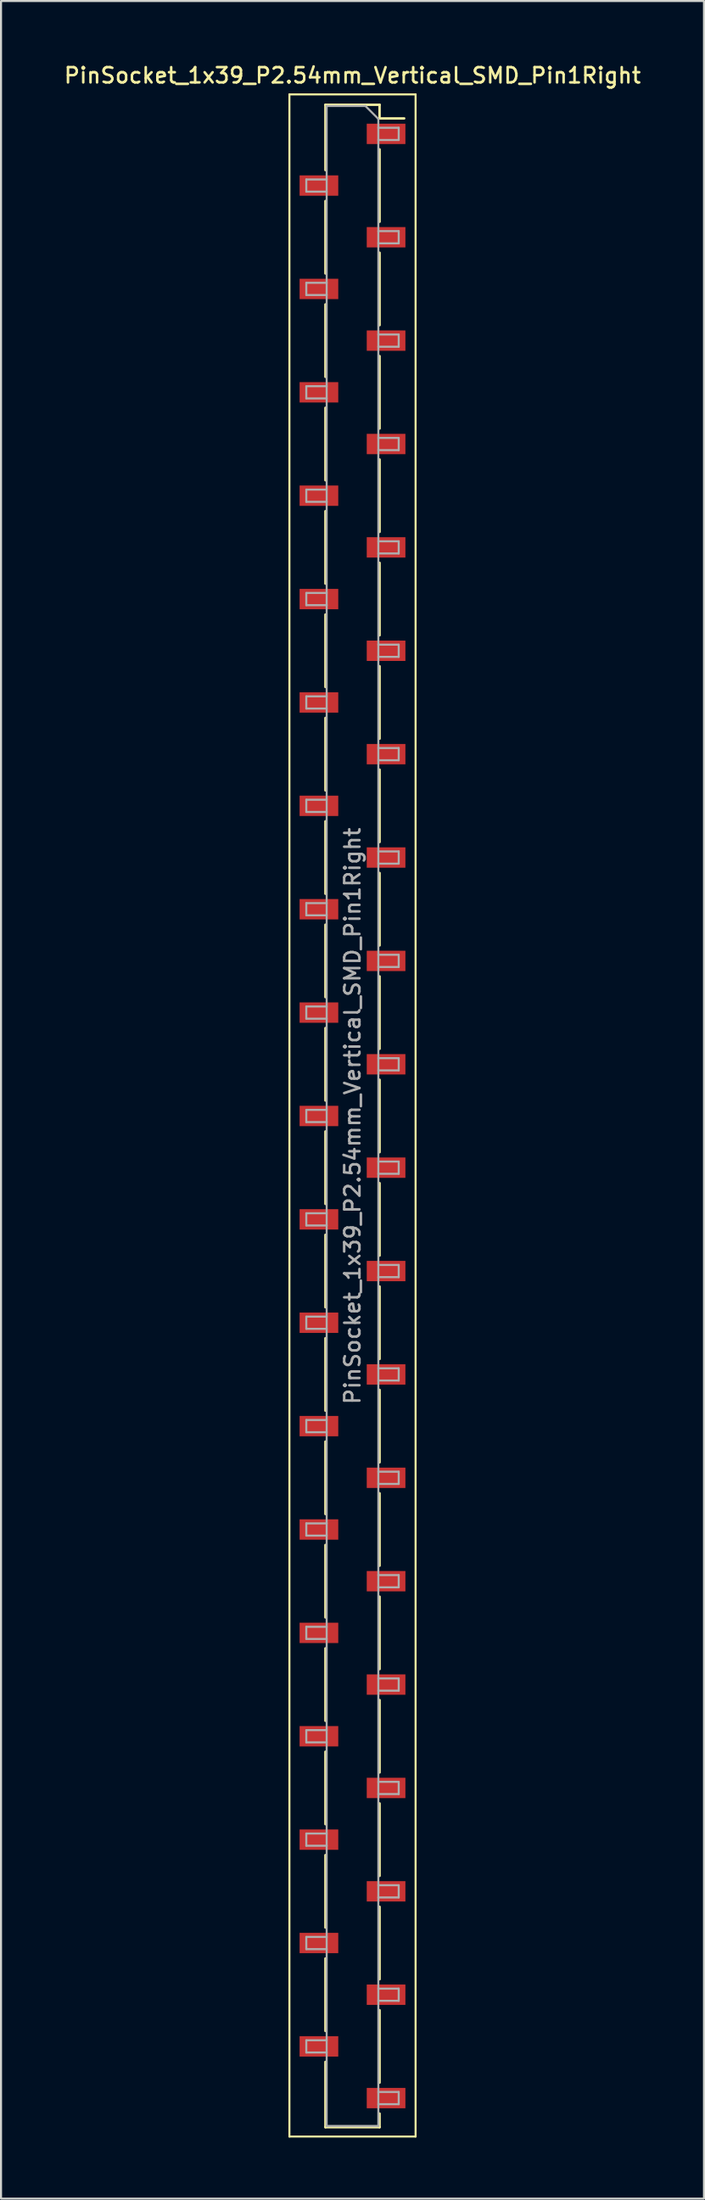
<source format=kicad_pcb>
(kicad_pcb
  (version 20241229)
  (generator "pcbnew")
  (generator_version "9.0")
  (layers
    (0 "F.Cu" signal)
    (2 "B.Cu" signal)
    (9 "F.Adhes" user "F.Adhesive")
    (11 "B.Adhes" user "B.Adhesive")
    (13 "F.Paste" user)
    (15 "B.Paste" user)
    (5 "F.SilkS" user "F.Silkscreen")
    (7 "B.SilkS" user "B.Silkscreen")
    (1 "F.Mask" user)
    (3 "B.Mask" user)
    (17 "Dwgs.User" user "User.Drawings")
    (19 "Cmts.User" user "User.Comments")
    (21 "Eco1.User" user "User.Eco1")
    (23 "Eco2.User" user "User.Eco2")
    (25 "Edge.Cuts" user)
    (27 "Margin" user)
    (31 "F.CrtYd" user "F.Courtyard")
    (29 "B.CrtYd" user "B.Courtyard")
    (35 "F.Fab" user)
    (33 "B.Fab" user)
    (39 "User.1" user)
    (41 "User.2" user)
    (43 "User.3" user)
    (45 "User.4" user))
  (footprint "PinSocket_1x39_P2.54mm_Vertical_SMD_Pin1Right"
    (layer "F.Cu")
    (at 14.273 51.788)
    (property "Reference" "PinSocket_1x39_P2.54mm_Vertical_SMD_Pin1Right" (at 0 -51.13 0) (layer "F.SilkS") (effects (font (size 0.75 0.75) (thickness 0.125))))
    (attr smd)
    (fp_line (start -3.1 -50.2) (end 3.1 -50.2) (stroke (width 0.1) (type solid)) (layer "F.SilkS"))
    (fp_line (start -3.1 50.15) (end -3.1 -50.2) (stroke (width 0.1) (type solid)) (layer "F.SilkS"))
    (fp_line (start -1.33 -49.69) (end -1.33 -46.48) (stroke (width 0.12) (type solid)) (layer "F.SilkS"))
    (fp_line (start -1.33 -49.69) (end 1.33 -49.69) (stroke (width 0.12) (type solid)) (layer "F.SilkS"))
    (fp_line (start -1.33 -44.96) (end -1.33 -41.4) (stroke (width 0.12) (type solid)) (layer "F.SilkS"))
    (fp_line (start -1.33 -39.88) (end -1.33 -36.32) (stroke (width 0.12) (type solid)) (layer "F.SilkS"))
    (fp_line (start -1.33 -34.8) (end -1.33 -31.24) (stroke (width 0.12) (type solid)) (layer "F.SilkS"))
    (fp_line (start -1.33 -29.72) (end -1.33 -26.16) (stroke (width 0.12) (type solid)) (layer "F.SilkS"))
    (fp_line (start -1.33 -24.64) (end -1.33 -21.08) (stroke (width 0.12) (type solid)) (layer "F.SilkS"))
    (fp_line (start -1.33 -19.56) (end -1.33 -16) (stroke (width 0.12) (type solid)) (layer "F.SilkS"))
    (fp_line (start -1.33 -14.48) (end -1.33 -10.92) (stroke (width 0.12) (type solid)) (layer "F.SilkS"))
    (fp_line (start -1.33 -9.4) (end -1.33 -5.84) (stroke (width 0.12) (type solid)) (layer "F.SilkS"))
    (fp_line (start -1.33 -4.32) (end -1.33 -0.76) (stroke (width 0.12) (type solid)) (layer "F.SilkS"))
    (fp_line (start -1.33 0.76) (end -1.33 4.32) (stroke (width 0.12) (type solid)) (layer "F.SilkS"))
    (fp_line (start -1.33 5.84) (end -1.33 9.4) (stroke (width 0.12) (type solid)) (layer "F.SilkS"))
    (fp_line (start -1.33 10.92) (end -1.33 14.48) (stroke (width 0.12) (type solid)) (layer "F.SilkS"))
    (fp_line (start -1.33 16) (end -1.33 19.56) (stroke (width 0.12) (type solid)) (layer "F.SilkS"))
    (fp_line (start -1.33 21.08) (end -1.33 24.64) (stroke (width 0.12) (type solid)) (layer "F.SilkS"))
    (fp_line (start -1.33 26.16) (end -1.33 29.72) (stroke (width 0.12) (type solid)) (layer "F.SilkS"))
    (fp_line (start -1.33 31.24) (end -1.33 34.8) (stroke (width 0.12) (type solid)) (layer "F.SilkS"))
    (fp_line (start -1.33 36.32) (end -1.33 39.88) (stroke (width 0.12) (type solid)) (layer "F.SilkS"))
    (fp_line (start -1.33 41.4) (end -1.33 44.96) (stroke (width 0.12) (type solid)) (layer "F.SilkS"))
    (fp_line (start -1.33 46.48) (end -1.33 49.69) (stroke (width 0.12) (type solid)) (layer "F.SilkS"))
    (fp_line (start -1.33 49.69) (end 1.33 49.69) (stroke (width 0.12) (type solid)) (layer "F.SilkS"))
    (fp_line (start 1.33 -49.69) (end 1.33 -49.02) (stroke (width 0.12) (type solid)) (layer "F.SilkS"))
    (fp_line (start 1.33 -49.02) (end 2.54 -49.02) (stroke (width 0.12) (type solid)) (layer "F.SilkS"))
    (fp_line (start 1.33 -47.5) (end 1.33 -43.94) (stroke (width 0.12) (type solid)) (layer "F.SilkS"))
    (fp_line (start 1.33 -42.42) (end 1.33 -38.86) (stroke (width 0.12) (type solid)) (layer "F.SilkS"))
    (fp_line (start 1.33 -37.34) (end 1.33 -33.78) (stroke (width 0.12) (type solid)) (layer "F.SilkS"))
    (fp_line (start 1.33 -32.26) (end 1.33 -28.7) (stroke (width 0.12) (type solid)) (layer "F.SilkS"))
    (fp_line (start 1.33 -27.18) (end 1.33 -23.62) (stroke (width 0.12) (type solid)) (layer "F.SilkS"))
    (fp_line (start 1.33 -22.1) (end 1.33 -18.54) (stroke (width 0.12) (type solid)) (layer "F.SilkS"))
    (fp_line (start 1.33 -17.02) (end 1.33 -13.46) (stroke (width 0.12) (type solid)) (layer "F.SilkS"))
    (fp_line (start 1.33 -11.94) (end 1.33 -8.38) (stroke (width 0.12) (type solid)) (layer "F.SilkS"))
    (fp_line (start 1.33 -6.86) (end 1.33 -3.3) (stroke (width 0.12) (type solid)) (layer "F.SilkS"))
    (fp_line (start 1.33 -1.78) (end 1.33 1.78) (stroke (width 0.12) (type solid)) (layer "F.SilkS"))
    (fp_line (start 1.33 3.3) (end 1.33 6.86) (stroke (width 0.12) (type solid)) (layer "F.SilkS"))
    (fp_line (start 1.33 8.38) (end 1.33 11.94) (stroke (width 0.12) (type solid)) (layer "F.SilkS"))
    (fp_line (start 1.33 13.46) (end 1.33 17.02) (stroke (width 0.12) (type solid)) (layer "F.SilkS"))
    (fp_line (start 1.33 18.54) (end 1.33 22.1) (stroke (width 0.12) (type solid)) (layer "F.SilkS"))
    (fp_line (start 1.33 23.62) (end 1.33 27.18) (stroke (width 0.12) (type solid)) (layer "F.SilkS"))
    (fp_line (start 1.33 28.7) (end 1.33 32.26) (stroke (width 0.12) (type solid)) (layer "F.SilkS"))
    (fp_line (start 1.33 33.78) (end 1.33 37.34) (stroke (width 0.12) (type solid)) (layer "F.SilkS"))
    (fp_line (start 1.33 38.86) (end 1.33 42.42) (stroke (width 0.12) (type solid)) (layer "F.SilkS"))
    (fp_line (start 1.33 43.94) (end 1.33 47.5) (stroke (width 0.12) (type solid)) (layer "F.SilkS"))
    (fp_line (start 1.33 49.02) (end 1.33 49.69) (stroke (width 0.12) (type solid)) (layer "F.SilkS"))
    (fp_line (start 3.1 -50.2) (end 3.1 50.15) (stroke (width 0.1) (type solid)) (layer "F.SilkS"))
    (fp_line (start 3.1 50.15) (end -3.1 50.15) (stroke (width 0.1) (type solid)) (layer "F.SilkS"))
    (fp_line (start -2.27 -46.02) (end -1.27 -46.02) (stroke (width 0.1) (type solid)) (layer "F.Fab"))
    (fp_line (start -2.27 -45.42) (end -2.27 -46.02) (stroke (width 0.1) (type solid)) (layer "F.Fab"))
    (fp_line (start -2.27 -40.94) (end -1.27 -40.94) (stroke (width 0.1) (type solid)) (layer "F.Fab"))
    (fp_line (start -2.27 -40.34) (end -2.27 -40.94) (stroke (width 0.1) (type solid)) (layer "F.Fab"))
    (fp_line (start -2.27 -35.86) (end -1.27 -35.86) (stroke (width 0.1) (type solid)) (layer "F.Fab"))
    (fp_line (start -2.27 -35.26) (end -2.27 -35.86) (stroke (width 0.1) (type solid)) (layer "F.Fab"))
    (fp_line (start -2.27 -30.78) (end -1.27 -30.78) (stroke (width 0.1) (type solid)) (layer "F.Fab"))
    (fp_line (start -2.27 -30.18) (end -2.27 -30.78) (stroke (width 0.1) (type solid)) (layer "F.Fab"))
    (fp_line (start -2.27 -25.7) (end -1.27 -25.7) (stroke (width 0.1) (type solid)) (layer "F.Fab"))
    (fp_line (start -2.27 -25.1) (end -2.27 -25.7) (stroke (width 0.1) (type solid)) (layer "F.Fab"))
    (fp_line (start -2.27 -20.62) (end -1.27 -20.62) (stroke (width 0.1) (type solid)) (layer "F.Fab"))
    (fp_line (start -2.27 -20.02) (end -2.27 -20.62) (stroke (width 0.1) (type solid)) (layer "F.Fab"))
    (fp_line (start -2.27 -15.54) (end -1.27 -15.54) (stroke (width 0.1) (type solid)) (layer "F.Fab"))
    (fp_line (start -2.27 -14.94) (end -2.27 -15.54) (stroke (width 0.1) (type solid)) (layer "F.Fab"))
    (fp_line (start -2.27 -10.46) (end -1.27 -10.46) (stroke (width 0.1) (type solid)) (layer "F.Fab"))
    (fp_line (start -2.27 -9.86) (end -2.27 -10.46) (stroke (width 0.1) (type solid)) (layer "F.Fab"))
    (fp_line (start -2.27 -5.38) (end -1.27 -5.38) (stroke (width 0.1) (type solid)) (layer "F.Fab"))
    (fp_line (start -2.27 -4.78) (end -2.27 -5.38) (stroke (width 0.1) (type solid)) (layer "F.Fab"))
    (fp_line (start -2.27 -0.3) (end -1.27 -0.3) (stroke (width 0.1) (type solid)) (layer "F.Fab"))
    (fp_line (start -2.27 0.3) (end -2.27 -0.3) (stroke (width 0.1) (type solid)) (layer "F.Fab"))
    (fp_line (start -2.27 4.78) (end -1.27 4.78) (stroke (width 0.1) (type solid)) (layer "F.Fab"))
    (fp_line (start -2.27 5.38) (end -2.27 4.78) (stroke (width 0.1) (type solid)) (layer "F.Fab"))
    (fp_line (start -2.27 9.86) (end -1.27 9.86) (stroke (width 0.1) (type solid)) (layer "F.Fab"))
    (fp_line (start -2.27 10.46) (end -2.27 9.86) (stroke (width 0.1) (type solid)) (layer "F.Fab"))
    (fp_line (start -2.27 14.94) (end -1.27 14.94) (stroke (width 0.1) (type solid)) (layer "F.Fab"))
    (fp_line (start -2.27 15.54) (end -2.27 14.94) (stroke (width 0.1) (type solid)) (layer "F.Fab"))
    (fp_line (start -2.27 20.02) (end -1.27 20.02) (stroke (width 0.1) (type solid)) (layer "F.Fab"))
    (fp_line (start -2.27 20.62) (end -2.27 20.02) (stroke (width 0.1) (type solid)) (layer "F.Fab"))
    (fp_line (start -2.27 25.1) (end -1.27 25.1) (stroke (width 0.1) (type solid)) (layer "F.Fab"))
    (fp_line (start -2.27 25.7) (end -2.27 25.1) (stroke (width 0.1) (type solid)) (layer "F.Fab"))
    (fp_line (start -2.27 30.18) (end -1.27 30.18) (stroke (width 0.1) (type solid)) (layer "F.Fab"))
    (fp_line (start -2.27 30.78) (end -2.27 30.18) (stroke (width 0.1) (type solid)) (layer "F.Fab"))
    (fp_line (start -2.27 35.26) (end -1.27 35.26) (stroke (width 0.1) (type solid)) (layer "F.Fab"))
    (fp_line (start -2.27 35.86) (end -2.27 35.26) (stroke (width 0.1) (type solid)) (layer "F.Fab"))
    (fp_line (start -2.27 40.34) (end -1.27 40.34) (stroke (width 0.1) (type solid)) (layer "F.Fab"))
    (fp_line (start -2.27 40.94) (end -2.27 40.34) (stroke (width 0.1) (type solid)) (layer "F.Fab"))
    (fp_line (start -2.27 45.42) (end -1.27 45.42) (stroke (width 0.1) (type solid)) (layer "F.Fab"))
    (fp_line (start -2.27 46.02) (end -2.27 45.42) (stroke (width 0.1) (type solid)) (layer "F.Fab"))
    (fp_line (start -1.27 -49.63) (end 0.635 -49.63) (stroke (width 0.1) (type solid)) (layer "F.Fab"))
    (fp_line (start -1.27 -45.42) (end -2.27 -45.42) (stroke (width 0.1) (type solid)) (layer "F.Fab"))
    (fp_line (start -1.27 -40.34) (end -2.27 -40.34) (stroke (width 0.1) (type solid)) (layer "F.Fab"))
    (fp_line (start -1.27 -35.26) (end -2.27 -35.26) (stroke (width 0.1) (type solid)) (layer "F.Fab"))
    (fp_line (start -1.27 -30.18) (end -2.27 -30.18) (stroke (width 0.1) (type solid)) (layer "F.Fab"))
    (fp_line (start -1.27 -25.1) (end -2.27 -25.1) (stroke (width 0.1) (type solid)) (layer "F.Fab"))
    (fp_line (start -1.27 -20.02) (end -2.27 -20.02) (stroke (width 0.1) (type solid)) (layer "F.Fab"))
    (fp_line (start -1.27 -14.94) (end -2.27 -14.94) (stroke (width 0.1) (type solid)) (layer "F.Fab"))
    (fp_line (start -1.27 -9.86) (end -2.27 -9.86) (stroke (width 0.1) (type solid)) (layer "F.Fab"))
    (fp_line (start -1.27 -4.78) (end -2.27 -4.78) (stroke (width 0.1) (type solid)) (layer "F.Fab"))
    (fp_line (start -1.27 0.3) (end -2.27 0.3) (stroke (width 0.1) (type solid)) (layer "F.Fab"))
    (fp_line (start -1.27 5.38) (end -2.27 5.38) (stroke (width 0.1) (type solid)) (layer "F.Fab"))
    (fp_line (start -1.27 10.46) (end -2.27 10.46) (stroke (width 0.1) (type solid)) (layer "F.Fab"))
    (fp_line (start -1.27 15.54) (end -2.27 15.54) (stroke (width 0.1) (type solid)) (layer "F.Fab"))
    (fp_line (start -1.27 20.62) (end -2.27 20.62) (stroke (width 0.1) (type solid)) (layer "F.Fab"))
    (fp_line (start -1.27 25.7) (end -2.27 25.7) (stroke (width 0.1) (type solid)) (layer "F.Fab"))
    (fp_line (start -1.27 30.78) (end -2.27 30.78) (stroke (width 0.1) (type solid)) (layer "F.Fab"))
    (fp_line (start -1.27 35.86) (end -2.27 35.86) (stroke (width 0.1) (type solid)) (layer "F.Fab"))
    (fp_line (start -1.27 40.94) (end -2.27 40.94) (stroke (width 0.1) (type solid)) (layer "F.Fab"))
    (fp_line (start -1.27 46.02) (end -2.27 46.02) (stroke (width 0.1) (type solid)) (layer "F.Fab"))
    (fp_line (start -1.27 49.63) (end -1.27 -49.63) (stroke (width 0.1) (type solid)) (layer "F.Fab"))
    (fp_line (start 0.635 -49.63) (end 1.27 -48.995) (stroke (width 0.1) (type solid)) (layer "F.Fab"))
    (fp_line (start 1.27 -48.995) (end 1.27 49.63) (stroke (width 0.1) (type solid)) (layer "F.Fab"))
    (fp_line (start 1.27 -48.56) (end 2.27 -48.56) (stroke (width 0.1) (type solid)) (layer "F.Fab"))
    (fp_line (start 1.27 -43.48) (end 2.27 -43.48) (stroke (width 0.1) (type solid)) (layer "F.Fab"))
    (fp_line (start 1.27 -38.4) (end 2.27 -38.4) (stroke (width 0.1) (type solid)) (layer "F.Fab"))
    (fp_line (start 1.27 -33.32) (end 2.27 -33.32) (stroke (width 0.1) (type solid)) (layer "F.Fab"))
    (fp_line (start 1.27 -28.24) (end 2.27 -28.24) (stroke (width 0.1) (type solid)) (layer "F.Fab"))
    (fp_line (start 1.27 -23.16) (end 2.27 -23.16) (stroke (width 0.1) (type solid)) (layer "F.Fab"))
    (fp_line (start 1.27 -18.08) (end 2.27 -18.08) (stroke (width 0.1) (type solid)) (layer "F.Fab"))
    (fp_line (start 1.27 -13) (end 2.27 -13) (stroke (width 0.1) (type solid)) (layer "F.Fab"))
    (fp_line (start 1.27 -7.92) (end 2.27 -7.92) (stroke (width 0.1) (type solid)) (layer "F.Fab"))
    (fp_line (start 1.27 -2.84) (end 2.27 -2.84) (stroke (width 0.1) (type solid)) (layer "F.Fab"))
    (fp_line (start 1.27 2.24) (end 2.27 2.24) (stroke (width 0.1) (type solid)) (layer "F.Fab"))
    (fp_line (start 1.27 7.32) (end 2.27 7.32) (stroke (width 0.1) (type solid)) (layer "F.Fab"))
    (fp_line (start 1.27 12.4) (end 2.27 12.4) (stroke (width 0.1) (type solid)) (layer "F.Fab"))
    (fp_line (start 1.27 17.48) (end 2.27 17.48) (stroke (width 0.1) (type solid)) (layer "F.Fab"))
    (fp_line (start 1.27 22.56) (end 2.27 22.56) (stroke (width 0.1) (type solid)) (layer "F.Fab"))
    (fp_line (start 1.27 27.64) (end 2.27 27.64) (stroke (width 0.1) (type solid)) (layer "F.Fab"))
    (fp_line (start 1.27 32.72) (end 2.27 32.72) (stroke (width 0.1) (type solid)) (layer "F.Fab"))
    (fp_line (start 1.27 37.8) (end 2.27 37.8) (stroke (width 0.1) (type solid)) (layer "F.Fab"))
    (fp_line (start 1.27 42.88) (end 2.27 42.88) (stroke (width 0.1) (type solid)) (layer "F.Fab"))
    (fp_line (start 1.27 47.96) (end 2.27 47.96) (stroke (width 0.1) (type solid)) (layer "F.Fab"))
    (fp_line (start 1.27 49.63) (end -1.27 49.63) (stroke (width 0.1) (type solid)) (layer "F.Fab"))
    (fp_line (start 2.27 -48.56) (end 2.27 -47.96) (stroke (width 0.1) (type solid)) (layer "F.Fab"))
    (fp_line (start 2.27 -47.96) (end 1.27 -47.96) (stroke (width 0.1) (type solid)) (layer "F.Fab"))
    (fp_line (start 2.27 -43.48) (end 2.27 -42.88) (stroke (width 0.1) (type solid)) (layer "F.Fab"))
    (fp_line (start 2.27 -42.88) (end 1.27 -42.88) (stroke (width 0.1) (type solid)) (layer "F.Fab"))
    (fp_line (start 2.27 -38.4) (end 2.27 -37.8) (stroke (width 0.1) (type solid)) (layer "F.Fab"))
    (fp_line (start 2.27 -37.8) (end 1.27 -37.8) (stroke (width 0.1) (type solid)) (layer "F.Fab"))
    (fp_line (start 2.27 -33.32) (end 2.27 -32.72) (stroke (width 0.1) (type solid)) (layer "F.Fab"))
    (fp_line (start 2.27 -32.72) (end 1.27 -32.72) (stroke (width 0.1) (type solid)) (layer "F.Fab"))
    (fp_line (start 2.27 -28.24) (end 2.27 -27.64) (stroke (width 0.1) (type solid)) (layer "F.Fab"))
    (fp_line (start 2.27 -27.64) (end 1.27 -27.64) (stroke (width 0.1) (type solid)) (layer "F.Fab"))
    (fp_line (start 2.27 -23.16) (end 2.27 -22.56) (stroke (width 0.1) (type solid)) (layer "F.Fab"))
    (fp_line (start 2.27 -22.56) (end 1.27 -22.56) (stroke (width 0.1) (type solid)) (layer "F.Fab"))
    (fp_line (start 2.27 -18.08) (end 2.27 -17.48) (stroke (width 0.1) (type solid)) (layer "F.Fab"))
    (fp_line (start 2.27 -17.48) (end 1.27 -17.48) (stroke (width 0.1) (type solid)) (layer "F.Fab"))
    (fp_line (start 2.27 -13) (end 2.27 -12.4) (stroke (width 0.1) (type solid)) (layer "F.Fab"))
    (fp_line (start 2.27 -12.4) (end 1.27 -12.4) (stroke (width 0.1) (type solid)) (layer "F.Fab"))
    (fp_line (start 2.27 -7.92) (end 2.27 -7.32) (stroke (width 0.1) (type solid)) (layer "F.Fab"))
    (fp_line (start 2.27 -7.32) (end 1.27 -7.32) (stroke (width 0.1) (type solid)) (layer "F.Fab"))
    (fp_line (start 2.27 -2.84) (end 2.27 -2.24) (stroke (width 0.1) (type solid)) (layer "F.Fab"))
    (fp_line (start 2.27 -2.24) (end 1.27 -2.24) (stroke (width 0.1) (type solid)) (layer "F.Fab"))
    (fp_line (start 2.27 2.24) (end 2.27 2.84) (stroke (width 0.1) (type solid)) (layer "F.Fab"))
    (fp_line (start 2.27 2.84) (end 1.27 2.84) (stroke (width 0.1) (type solid)) (layer "F.Fab"))
    (fp_line (start 2.27 7.32) (end 2.27 7.92) (stroke (width 0.1) (type solid)) (layer "F.Fab"))
    (fp_line (start 2.27 7.92) (end 1.27 7.92) (stroke (width 0.1) (type solid)) (layer "F.Fab"))
    (fp_line (start 2.27 12.4) (end 2.27 13) (stroke (width 0.1) (type solid)) (layer "F.Fab"))
    (fp_line (start 2.27 13) (end 1.27 13) (stroke (width 0.1) (type solid)) (layer "F.Fab"))
    (fp_line (start 2.27 17.48) (end 2.27 18.08) (stroke (width 0.1) (type solid)) (layer "F.Fab"))
    (fp_line (start 2.27 18.08) (end 1.27 18.08) (stroke (width 0.1) (type solid)) (layer "F.Fab"))
    (fp_line (start 2.27 22.56) (end 2.27 23.16) (stroke (width 0.1) (type solid)) (layer "F.Fab"))
    (fp_line (start 2.27 23.16) (end 1.27 23.16) (stroke (width 0.1) (type solid)) (layer "F.Fab"))
    (fp_line (start 2.27 27.64) (end 2.27 28.24) (stroke (width 0.1) (type solid)) (layer "F.Fab"))
    (fp_line (start 2.27 28.24) (end 1.27 28.24) (stroke (width 0.1) (type solid)) (layer "F.Fab"))
    (fp_line (start 2.27 32.72) (end 2.27 33.32) (stroke (width 0.1) (type solid)) (layer "F.Fab"))
    (fp_line (start 2.27 33.32) (end 1.27 33.32) (stroke (width 0.1) (type solid)) (layer "F.Fab"))
    (fp_line (start 2.27 37.8) (end 2.27 38.4) (stroke (width 0.1) (type solid)) (layer "F.Fab"))
    (fp_line (start 2.27 38.4) (end 1.27 38.4) (stroke (width 0.1) (type solid)) (layer "F.Fab"))
    (fp_line (start 2.27 42.88) (end 2.27 43.48) (stroke (width 0.1) (type solid)) (layer "F.Fab"))
    (fp_line (start 2.27 43.48) (end 1.27 43.48) (stroke (width 0.1) (type solid)) (layer "F.Fab"))
    (fp_line (start 2.27 47.96) (end 2.27 48.56) (stroke (width 0.1) (type solid)) (layer "F.Fab"))
    (fp_line (start 2.27 48.56) (end 1.27 48.56) (stroke (width 0.1) (type solid)) (layer "F.Fab"))
    (fp_text user "${REFERENCE}" (at 0 0 90) (layer "F.Fab") (effects (font (size 0.75 0.75) (thickness 0.125))))
    (pad "1" smd rect (at 1.65 -48.26) (size 1.9 1) (layers "F.Cu" "F.Mask" "F.Paste"))
    (pad "2" smd rect (at -1.65 -45.72) (size 1.9 1) (layers "F.Cu" "F.Mask" "F.Paste"))
    (pad "3" smd rect (at 1.65 -43.18) (size 1.9 1) (layers "F.Cu" "F.Mask" "F.Paste"))
    (pad "4" smd rect (at -1.65 -40.64) (size 1.9 1) (layers "F.Cu" "F.Mask" "F.Paste"))
    (pad "5" smd rect (at 1.65 -38.1) (size 1.9 1) (layers "F.Cu" "F.Mask" "F.Paste"))
    (pad "6" smd rect (at -1.65 -35.56) (size 1.9 1) (layers "F.Cu" "F.Mask" "F.Paste"))
    (pad "7" smd rect (at 1.65 -33.02) (size 1.9 1) (layers "F.Cu" "F.Mask" "F.Paste"))
    (pad "8" smd rect (at -1.65 -30.48) (size 1.9 1) (layers "F.Cu" "F.Mask" "F.Paste"))
    (pad "9" smd rect (at 1.65 -27.94) (size 1.9 1) (layers "F.Cu" "F.Mask" "F.Paste"))
    (pad "10" smd rect (at -1.65 -25.4) (size 1.9 1) (layers "F.Cu" "F.Mask" "F.Paste"))
    (pad "11" smd rect (at 1.65 -22.86) (size 1.9 1) (layers "F.Cu" "F.Mask" "F.Paste"))
    (pad "12" smd rect (at -1.65 -20.32) (size 1.9 1) (layers "F.Cu" "F.Mask" "F.Paste"))
    (pad "13" smd rect (at 1.65 -17.78) (size 1.9 1) (layers "F.Cu" "F.Mask" "F.Paste"))
    (pad "14" smd rect (at -1.65 -15.24) (size 1.9 1) (layers "F.Cu" "F.Mask" "F.Paste"))
    (pad "15" smd rect (at 1.65 -12.7) (size 1.9 1) (layers "F.Cu" "F.Mask" "F.Paste"))
    (pad "16" smd rect (at -1.65 -10.16) (size 1.9 1) (layers "F.Cu" "F.Mask" "F.Paste"))
    (pad "17" smd rect (at 1.65 -7.62) (size 1.9 1) (layers "F.Cu" "F.Mask" "F.Paste"))
    (pad "18" smd rect (at -1.65 -5.08) (size 1.9 1) (layers "F.Cu" "F.Mask" "F.Paste"))
    (pad "19" smd rect (at 1.65 -2.54) (size 1.9 1) (layers "F.Cu" "F.Mask" "F.Paste"))
    (pad "20" smd rect (at -1.65 0) (size 1.9 1) (layers "F.Cu" "F.Mask" "F.Paste"))
    (pad "21" smd rect (at 1.65 2.54) (size 1.9 1) (layers "F.Cu" "F.Mask" "F.Paste"))
    (pad "22" smd rect (at -1.65 5.08) (size 1.9 1) (layers "F.Cu" "F.Mask" "F.Paste"))
    (pad "23" smd rect (at 1.65 7.62) (size 1.9 1) (layers "F.Cu" "F.Mask" "F.Paste"))
    (pad "24" smd rect (at -1.65 10.16) (size 1.9 1) (layers "F.Cu" "F.Mask" "F.Paste"))
    (pad "25" smd rect (at 1.65 12.7) (size 1.9 1) (layers "F.Cu" "F.Mask" "F.Paste"))
    (pad "26" smd rect (at -1.65 15.24) (size 1.9 1) (layers "F.Cu" "F.Mask" "F.Paste"))
    (pad "27" smd rect (at 1.65 17.78) (size 1.9 1) (layers "F.Cu" "F.Mask" "F.Paste"))
    (pad "28" smd rect (at -1.65 20.32) (size 1.9 1) (layers "F.Cu" "F.Mask" "F.Paste"))
    (pad "29" smd rect (at 1.65 22.86) (size 1.9 1) (layers "F.Cu" "F.Mask" "F.Paste"))
    (pad "30" smd rect (at -1.65 25.4) (size 1.9 1) (layers "F.Cu" "F.Mask" "F.Paste"))
    (pad "31" smd rect (at 1.65 27.94) (size 1.9 1) (layers "F.Cu" "F.Mask" "F.Paste"))
    (pad "32" smd rect (at -1.65 30.48) (size 1.9 1) (layers "F.Cu" "F.Mask" "F.Paste"))
    (pad "33" smd rect (at 1.65 33.02) (size 1.9 1) (layers "F.Cu" "F.Mask" "F.Paste"))
    (pad "34" smd rect (at -1.65 35.56) (size 1.9 1) (layers "F.Cu" "F.Mask" "F.Paste"))
    (pad "35" smd rect (at 1.65 38.1) (size 1.9 1) (layers "F.Cu" "F.Mask" "F.Paste"))
    (pad "36" smd rect (at -1.65 40.64) (size 1.9 1) (layers "F.Cu" "F.Mask" "F.Paste"))
    (pad "37" smd rect (at 1.65 43.18) (size 1.9 1) (layers "F.Cu" "F.Mask" "F.Paste"))
    (pad "38" smd rect (at -1.65 45.72) (size 1.9 1) (layers "F.Cu" "F.Mask" "F.Paste"))
    (pad "39" smd rect (at 1.65 48.26) (size 1.9 1) (layers "F.Cu" "F.Mask" "F.Paste")))
  (gr_rect
    (start -3 -3)
    (end 31.546 104.988)
    (stroke (width 0.1) (type default))
    (fill no)
    (layer "Edge.Cuts")))
</source>
